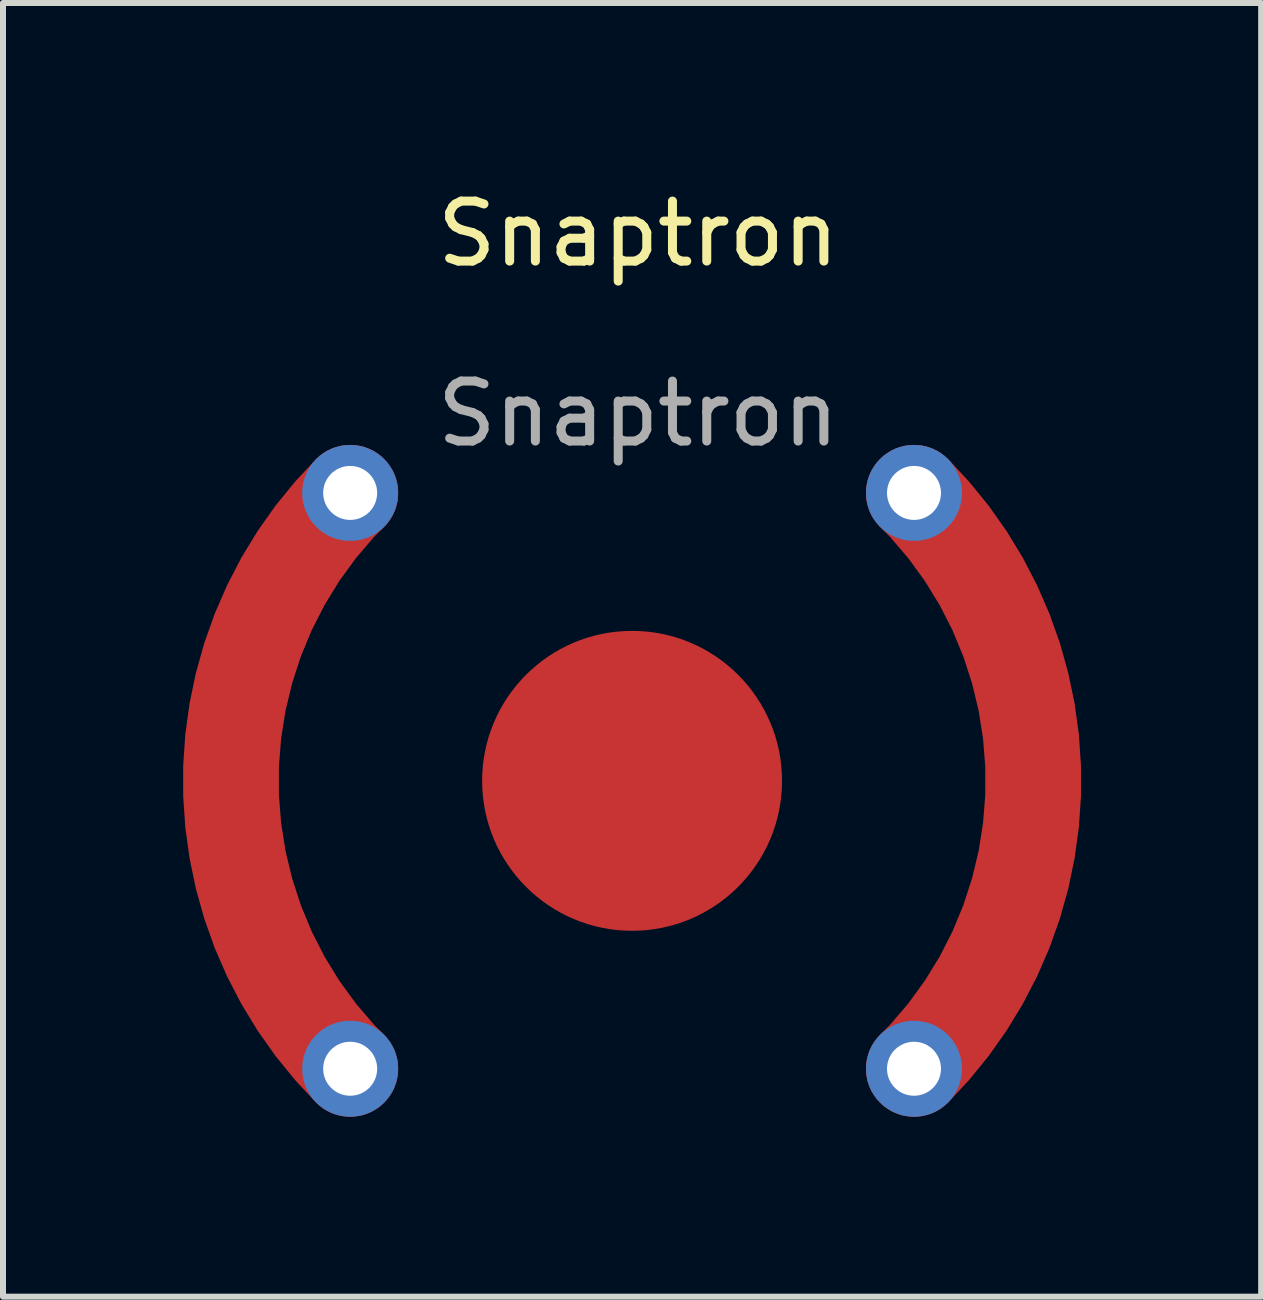
<source format=kicad_pcb>
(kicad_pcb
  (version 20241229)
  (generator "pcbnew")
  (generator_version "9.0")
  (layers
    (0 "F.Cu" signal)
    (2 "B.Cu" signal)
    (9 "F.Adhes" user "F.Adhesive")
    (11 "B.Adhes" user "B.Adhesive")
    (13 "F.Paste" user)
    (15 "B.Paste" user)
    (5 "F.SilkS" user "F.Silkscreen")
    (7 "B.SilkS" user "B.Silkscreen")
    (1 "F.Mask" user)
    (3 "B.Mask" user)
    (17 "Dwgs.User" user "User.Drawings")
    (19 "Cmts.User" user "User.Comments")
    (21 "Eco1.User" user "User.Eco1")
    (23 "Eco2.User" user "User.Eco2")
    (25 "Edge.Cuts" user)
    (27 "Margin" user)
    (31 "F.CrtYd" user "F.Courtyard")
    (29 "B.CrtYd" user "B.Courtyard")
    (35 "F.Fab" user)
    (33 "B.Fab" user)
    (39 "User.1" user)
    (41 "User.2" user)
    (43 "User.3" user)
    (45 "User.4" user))
  (footprint "Snaptron"
    (layer "F.Cu")
    (at 7.488 9.968)
    (property "Reference" "Snaptron" (at 0.102 -9.12 0) (unlocked yes) (layer "F.SilkS") (effects (font (size 1 1) (thickness 0.15))))
    (attr through_hole)
    (fp_text user "${REFERENCE}" (at 0.102 -6.12 0) (unlocked yes) (layer "F.Fab") (effects (font (size 1 1) (thickness 0.15))))
    (pad "1" smd circle (at 0 0) (size 5 5) (layers "F.Cu" "F.Mask" "F.Paste"))
    (pad "2" thru_hole circle (at -4.7 -4.8) (size 1.6 1.6) (drill 0.9) (layers "*.Cu" "*.Mask"))
    (pad "2" smd custom (at -4.7 -4.8) (size 1.6 1.6) (layers "F.Cu" "F.Mask" "F.Paste") (options (anchor circle)) (primitives (gr_arc (start 0 9.6) (mid -1.988225 4.8) (end 0 0) (width 1.6))))
    (pad "2" thru_hole circle (at -4.7 4.8) (size 1.6 1.6) (drill 0.9) (layers "*.Cu" "*.Mask"))
    (pad "3" thru_hole circle (at 4.7 -4.8) (size 1.6 1.6) (drill 0.9) (layers "*.Cu" "*.Mask"))
    (pad "3" smd custom (at 4.7 -4.8) (size 1.6 1.6) (layers "F.Cu" "F.Mask" "F.Paste") (options (anchor circle)) (primitives (gr_arc (start 0 0) (mid 1.988225 4.8) (end 0 9.6) (width 1.6))))
    (pad "3" thru_hole circle (at 4.7 4.8) (size 1.6 1.6) (drill 0.9) (layers "*.Cu" "*.Mask")))
  (gr_rect
    (start -3 -3)
    (end 17.976 18.568)
    (stroke (width 0.1) (type default))
    (fill no)
    (layer "Edge.Cuts")))
</source>
